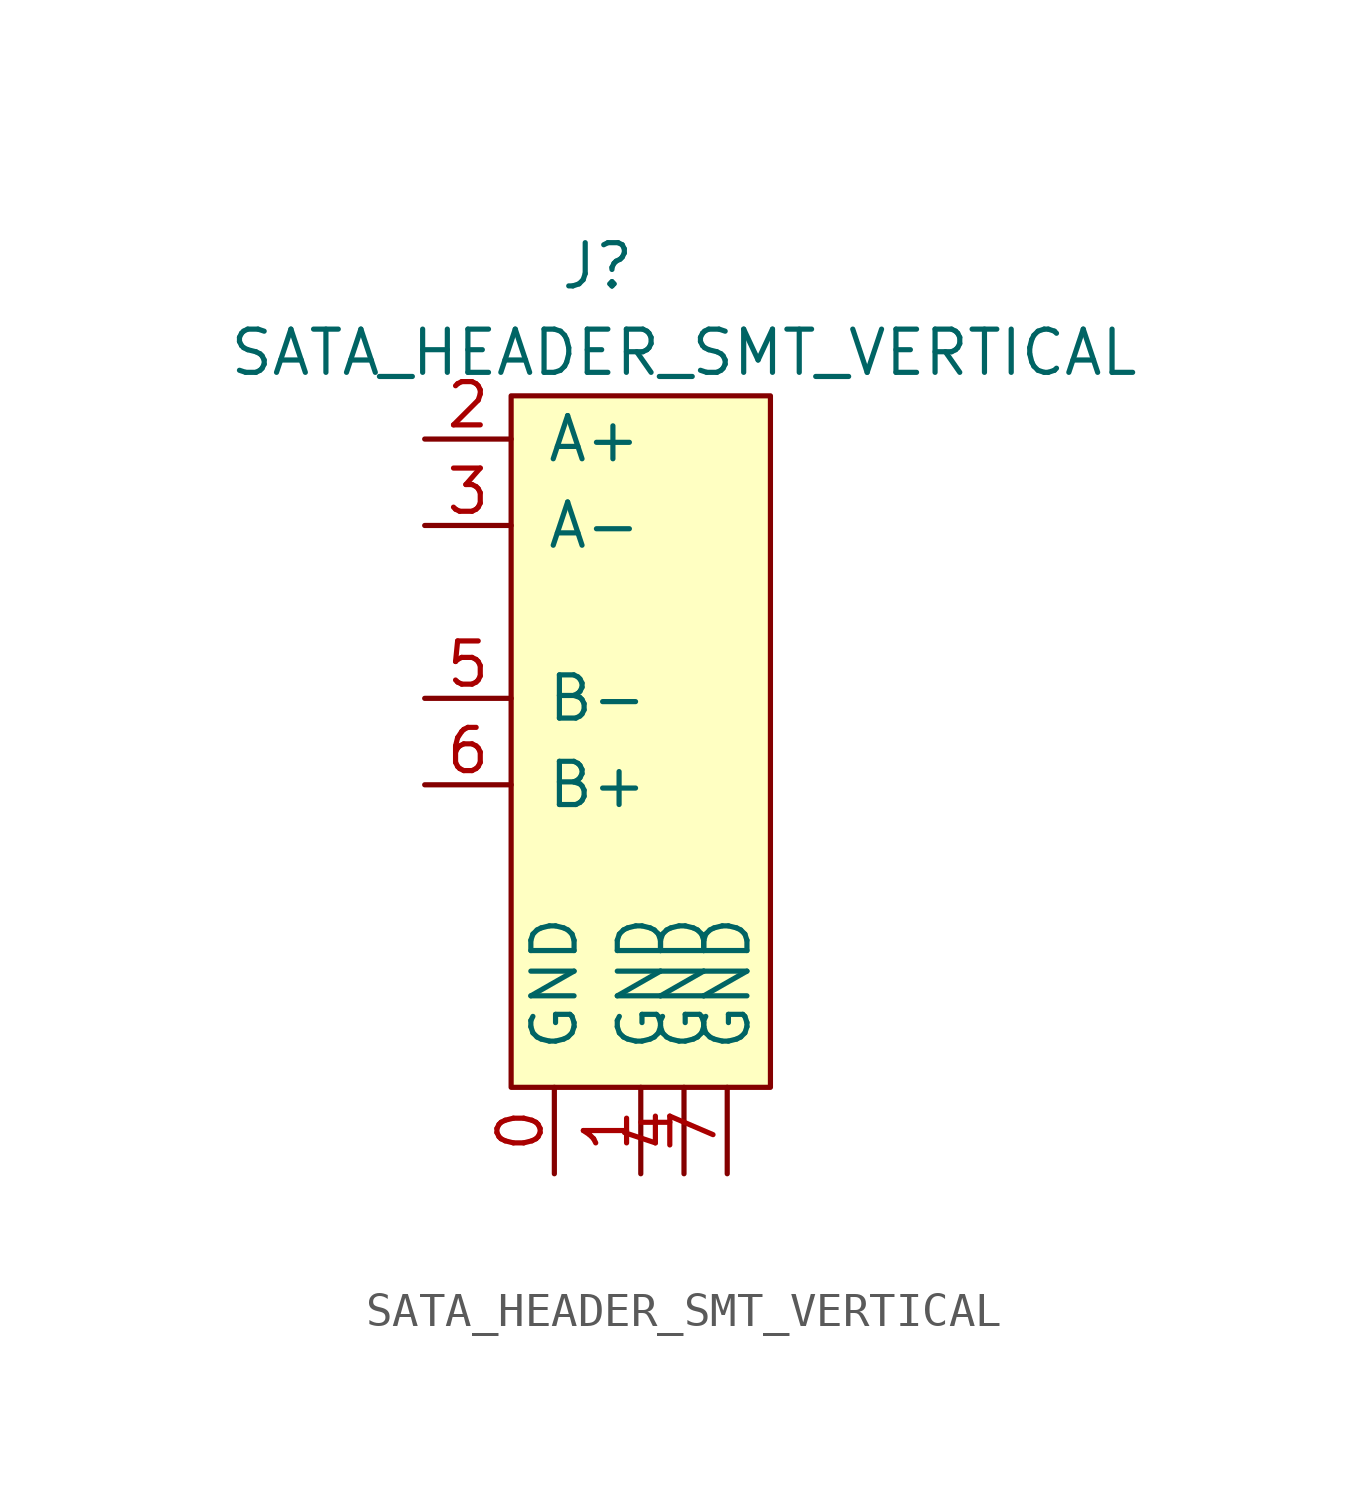
<source format=kicad_sym>
(kicad_symbol_lib
  (version 20211014)
  (generator kicad_symbol_editor)
  (symbol "SATA_HEADER_SMT_VERTICAL"
    (pin_names
      (offset 1.016))
    (property "Reference" "J"
      (at -1.27 13.97 0)
      (effects (font (size 1.27 1.27))))
    (property "Value" "SATA_HEADER_SMT_VERTICAL"
      (at 1.27 11.43 0)
      (effects (font (size 1.27 1.27))))
    (symbol "SATA_HEADER_SMT_VERTICAL_0_1"
      (rectangle (start -3.81 10.16) (end 3.81 -10.16) (stroke (width 0) (type default) (color 0 0 0 0)) (fill (type background))))
    (symbol "SATA_HEADER_SMT_VERTICAL_1_1"
      (pin passive line (at -2.54 -12.7 90) (length 2.54) (name "GND" (effects (font (size 1.27 1.27)))) (number "0" (effects (font (size 1.27 1.27)))))
      (pin passive line (at 0 -12.7 90) (length 2.54) (name "GND" (effects (font (size 1.27 1.27)))) (number "1" (effects (font (size 1.27 1.27)))))
      (pin passive line (at -6.35 8.89 0) (length 2.54) (name "A+" (effects (font (size 1.27 1.27)))) (number "2" (effects (font (size 1.27 1.27)))))
      (pin passive line (at -6.35 6.35 0) (length 2.54) (name "A-" (effects (font (size 1.27 1.27)))) (number "3" (effects (font (size 1.27 1.27)))))
      (pin passive line (at 1.27 -12.7 90) (length 2.54) (name "GND" (effects (font (size 1.27 1.27)))) (number "4" (effects (font (size 1.27 1.27)))))
      (pin passive line (at -6.35 1.27 0) (length 2.54) (name "B-" (effects (font (size 1.27 1.27)))) (number "5" (effects (font (size 1.27 1.27)))))
      (pin passive line (at -6.35 -1.27 0) (length 2.54) (name "B+" (effects (font (size 1.27 1.27)))) (number "6" (effects (font (size 1.27 1.27)))))
      (pin passive line (at 2.54 -12.7 90) (length 2.54) (name "GND" (effects (font (size 1.27 1.27)))) (number "7" (effects (font (size 1.27 1.27))))))))
</source>
